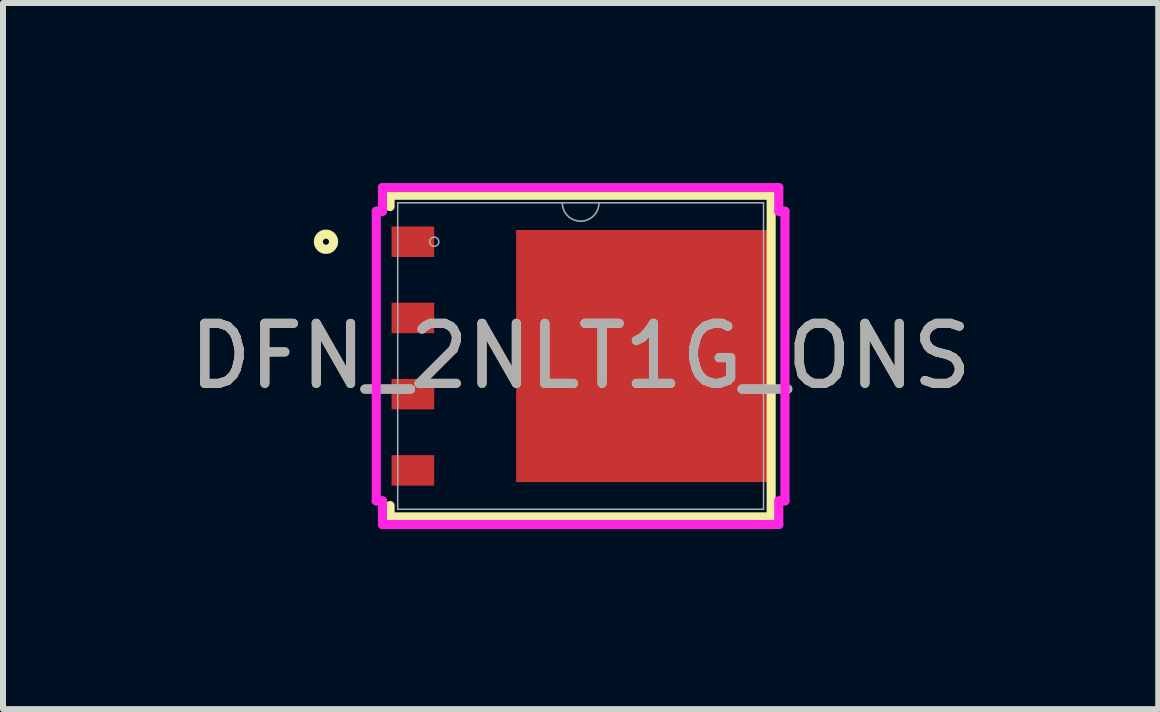
<source format=kicad_pcb>
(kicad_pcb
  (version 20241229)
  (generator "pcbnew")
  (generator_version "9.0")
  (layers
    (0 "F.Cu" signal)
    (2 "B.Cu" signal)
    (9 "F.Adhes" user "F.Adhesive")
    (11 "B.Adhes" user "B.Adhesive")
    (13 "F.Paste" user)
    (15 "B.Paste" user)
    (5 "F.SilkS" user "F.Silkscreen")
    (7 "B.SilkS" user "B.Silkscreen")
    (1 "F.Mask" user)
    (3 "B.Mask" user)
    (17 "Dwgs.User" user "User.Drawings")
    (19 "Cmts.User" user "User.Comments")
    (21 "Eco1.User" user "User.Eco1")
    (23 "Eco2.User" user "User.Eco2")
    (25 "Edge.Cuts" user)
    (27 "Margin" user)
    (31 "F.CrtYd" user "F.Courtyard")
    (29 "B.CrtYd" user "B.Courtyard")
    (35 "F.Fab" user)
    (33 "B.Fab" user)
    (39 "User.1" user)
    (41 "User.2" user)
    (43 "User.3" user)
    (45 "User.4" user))
  (footprint "DFN_2NLT1G_ONS"
    (layer "F.Cu")
    (at 6.625 2.883)
    (property "Reference" "DFN_2NLT1G_ONS" (at 0 0 0) (unlocked yes) (layer "F.SilkS") (effects (font (size 1 1) (thickness 0.15))))
    (attr smd)
    (fp_line (start -3.175 -2.68) (end -3.175 -2.491) (stroke (width 0.152) (type solid)) (layer "F.SilkS"))
    (fp_line (start -3.175 2.491) (end -3.175 2.68) (stroke (width 0.152) (type solid)) (layer "F.SilkS"))
    (fp_line (start -3.175 2.68) (end 3.175 2.68) (stroke (width 0.152) (type solid)) (layer "F.SilkS"))
    (fp_line (start 3.175 -2.68) (end -3.175 -2.68) (stroke (width 0.152) (type solid)) (layer "F.SilkS"))
    (fp_line (start 3.175 2.68) (end 3.175 -2.68) (stroke (width 0.152) (type solid)) (layer "F.SilkS"))
    (fp_circle (center -4.243 -1.905) (end -4.116 -1.905) (stroke (width 0.152) (type solid)) (fill no) (layer "F.SilkS"))
    (fp_poly (pts (xy -2.18 -2) (xy -2.18 -0.8) (xy -0.86 -0.8) (xy -0.86 -2)) (stroke (width 0) (type solid)) (fill yes) (layer "F.Paste"))
    (fp_poly (pts (xy -2.18 -0.6) (xy -2.18 0.6) (xy -0.86 0.6) (xy -0.86 -0.6)) (stroke (width 0) (type solid)) (fill yes) (layer "F.Paste"))
    (fp_poly (pts (xy -2.18 0.8) (xy -2.18 2) (xy -0.86 2) (xy -0.86 0.8)) (stroke (width 0) (type solid)) (fill yes) (layer "F.Paste"))
    (fp_poly (pts (xy -0.66 -2) (xy -0.66 -0.8) (xy 0.66 -0.8) (xy 0.66 -2)) (stroke (width 0) (type solid)) (fill yes) (layer "F.Paste"))
    (fp_poly (pts (xy -0.66 -0.6) (xy -0.66 0.6) (xy 0.66 0.6) (xy 0.66 -0.6)) (stroke (width 0) (type solid)) (fill yes) (layer "F.Paste"))
    (fp_poly (pts (xy -0.66 0.8) (xy -0.66 2) (xy 0.66 2) (xy 0.66 0.8)) (stroke (width 0) (type solid)) (fill yes) (layer "F.Paste"))
    (fp_poly (pts (xy 0.86 -2) (xy 0.86 -0.8) (xy 2.18 -0.8) (xy 2.18 -2)) (stroke (width 0) (type solid)) (fill yes) (layer "F.Paste"))
    (fp_poly (pts (xy 0.86 -0.6) (xy 0.86 0.6) (xy 2.18 0.6) (xy 2.18 -0.6)) (stroke (width 0) (type solid)) (fill yes) (layer "F.Paste"))
    (fp_poly (pts (xy 0.86 0.8) (xy 0.86 2) (xy 2.18 2) (xy 2.18 0.8)) (stroke (width 0) (type solid)) (fill yes) (layer "F.Paste"))
    (fp_line (start -3.405 -2.413) (end -3.302 -2.413) (stroke (width 0.152) (type solid)) (layer "F.CrtYd"))
    (fp_line (start -3.405 2.413) (end -3.405 -2.413) (stroke (width 0.152) (type solid)) (layer "F.CrtYd"))
    (fp_line (start -3.405 2.413) (end -3.302 2.413) (stroke (width 0.152) (type solid)) (layer "F.CrtYd"))
    (fp_line (start -3.302 -2.807) (end 3.302 -2.807) (stroke (width 0.152) (type solid)) (layer "F.CrtYd"))
    (fp_line (start -3.302 -2.413) (end -3.302 -2.807) (stroke (width 0.152) (type solid)) (layer "F.CrtYd"))
    (fp_line (start -3.302 2.807) (end -3.302 2.413) (stroke (width 0.152) (type solid)) (layer "F.CrtYd"))
    (fp_line (start 3.302 -2.807) (end 3.302 -2.413) (stroke (width 0.152) (type solid)) (layer "F.CrtYd"))
    (fp_line (start 3.302 2.413) (end 3.302 2.807) (stroke (width 0.152) (type solid)) (layer "F.CrtYd"))
    (fp_line (start 3.302 2.807) (end -3.302 2.807) (stroke (width 0.152) (type solid)) (layer "F.CrtYd"))
    (fp_line (start 3.405 -2.413) (end 3.302 -2.413) (stroke (width 0.152) (type solid)) (layer "F.CrtYd"))
    (fp_line (start 3.405 -2.413) (end 3.405 2.413) (stroke (width 0.152) (type solid)) (layer "F.CrtYd"))
    (fp_line (start 3.405 2.413) (end 3.302 2.413) (stroke (width 0.152) (type solid)) (layer "F.CrtYd"))
    (fp_line (start -3.048 -2.553) (end -3.048 2.553) (stroke (width 0.025) (type solid)) (layer "F.Fab"))
    (fp_line (start -3.048 2.553) (end 3.048 2.553) (stroke (width 0.025) (type solid)) (layer "F.Fab"))
    (fp_line (start 3.048 -2.553) (end -3.048 -2.553) (stroke (width 0.025) (type solid)) (layer "F.Fab"))
    (fp_line (start 3.048 2.553) (end 3.048 -2.553) (stroke (width 0.025) (type solid)) (layer "F.Fab"))
    (fp_arc (start 0.3048 -2.5527) (mid 0 -2.2479) (end -0.3048 -2.5527) (stroke (width 0.0254) (type solid)) (layer "F.Fab"))
    (fp_circle (center -2.439 -1.905) (end -2.363 -1.905) (stroke (width 0.025) (type solid)) (fill no) (layer "F.Fab"))
    (fp_text user "${REFERENCE}" (at 0 0 0) (unlocked yes) (layer "F.Fab") (effects (font (size 1 1) (thickness 0.15))))
    (pad "1" smd rect (at -2.795 -1.905) (size 0.711 0.508) (layers "F.Cu" "F.Mask" "F.Paste"))
    (pad "2" smd rect (at -2.795 -0.635) (size 0.711 0.508) (layers "F.Cu" "F.Mask" "F.Paste"))
    (pad "3" smd rect (at -2.795 0.635) (size 0.711 0.508) (layers "F.Cu" "F.Mask" "F.Paste"))
    (pad "4" smd rect (at -2.795 1.905) (size 0.711 0.508) (layers "F.Cu" "F.Mask" "F.Paste"))
    (pad "5" smd rect (at 1.038 0) (size 4.225 4.2) (layers "F.Cu" "F.Mask" "F.Paste")))
  (gr_rect
    (start -3 -3)
    (end 16.25 8.766)
    (stroke (width 0.1) (type default))
    (fill no)
    (layer "Edge.Cuts")))
</source>
